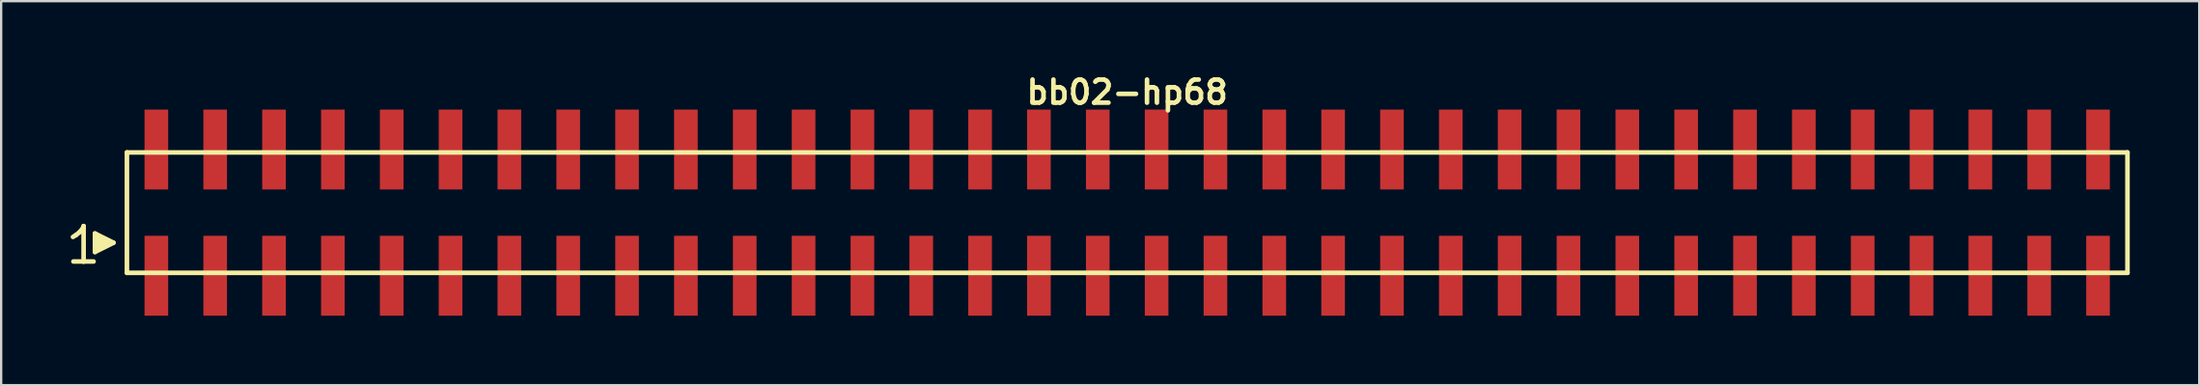
<source format=kicad_pcb>
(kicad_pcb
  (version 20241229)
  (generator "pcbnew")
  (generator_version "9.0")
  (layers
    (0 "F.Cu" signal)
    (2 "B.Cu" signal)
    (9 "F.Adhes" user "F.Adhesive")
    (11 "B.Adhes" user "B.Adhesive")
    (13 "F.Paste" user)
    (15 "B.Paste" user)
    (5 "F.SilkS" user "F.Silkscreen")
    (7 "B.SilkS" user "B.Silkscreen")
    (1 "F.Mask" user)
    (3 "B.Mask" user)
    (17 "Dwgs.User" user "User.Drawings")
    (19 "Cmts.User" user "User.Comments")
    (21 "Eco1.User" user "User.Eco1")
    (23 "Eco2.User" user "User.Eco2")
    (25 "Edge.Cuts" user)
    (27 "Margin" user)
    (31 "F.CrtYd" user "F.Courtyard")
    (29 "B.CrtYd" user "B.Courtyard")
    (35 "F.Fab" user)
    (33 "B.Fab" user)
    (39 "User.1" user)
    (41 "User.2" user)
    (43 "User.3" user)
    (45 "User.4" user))
  (footprint "bb02-hp68"
    (layer "F.Cu")
    (at 45.609 6.132)
    (property "Reference" "bb02-hp68" (at 0 -5.2 0) (layer "F.SilkS") (effects (font (size 0.998 0.998) (thickness 0.198))))
    (attr through_hole)
    (fp_line (start -45.51 1.05) (end -45.38 0.97) (stroke (width 0.198) (type solid)) (layer "F.SilkS"))
    (fp_line (start -45.38 0.97) (end -45.22 0.84) (stroke (width 0.198) (type solid)) (layer "F.SilkS"))
    (fp_line (start -45.22 0.84) (end -45.08 0.67) (stroke (width 0.198) (type solid)) (layer "F.SilkS"))
    (fp_line (start -45.08 0.67) (end -45.05 0.58) (stroke (width 0.198) (type solid)) (layer "F.SilkS"))
    (fp_line (start -45.05 0.58) (end -45.05 2.11) (stroke (width 0.198) (type solid)) (layer "F.SilkS"))
    (fp_line (start -45.05 2.11) (end -45.49 2.11) (stroke (width 0.198) (type solid)) (layer "F.SilkS"))
    (fp_line (start -44.62 2.11) (end -45.06 2.11) (stroke (width 0.198) (type solid)) (layer "F.SilkS"))
    (fp_line (start -44.56 0.9) (end -43.76 1.3) (stroke (width 0.198) (type solid)) (layer "F.SilkS"))
    (fp_line (start -44.56 1.7) (end -44.56 0.9) (stroke (width 0.198) (type solid)) (layer "F.SilkS"))
    (fp_line (start -44.46 1.6) (end -44.46 1) (stroke (width 0.198) (type solid)) (layer "F.SilkS"))
    (fp_line (start -44.36 1.1) (end -44.36 1.5) (stroke (width 0.198) (type solid)) (layer "F.SilkS"))
    (fp_line (start -44.26 1.5) (end -44.26 1.1) (stroke (width 0.198) (type solid)) (layer "F.SilkS"))
    (fp_line (start -44.16 1.2) (end -44.16 1.4) (stroke (width 0.198) (type solid)) (layer "F.SilkS"))
    (fp_line (start -44.06 1.4) (end -44.06 1.2) (stroke (width 0.198) (type solid)) (layer "F.SilkS"))
    (fp_line (start -43.76 1.3) (end -44.56 1.7) (stroke (width 0.198) (type solid)) (layer "F.SilkS"))
    (fp_line (start -43.18 -2.6) (end -43.18 2.6) (stroke (width 0.198) (type solid)) (layer "F.SilkS"))
    (fp_line (start -43.18 -2.6) (end 43.18 -2.6) (stroke (width 0.198) (type solid)) (layer "F.SilkS"))
    (fp_line (start 43.18 2.6) (end -43.18 2.6) (stroke (width 0.198) (type solid)) (layer "F.SilkS"))
    (fp_line (start 43.18 2.6) (end 43.18 -2.6) (stroke (width 0.198) (type solid)) (layer "F.SilkS"))
    (pad "1" smd rect (at -41.91 2.725) (size 1.02 3.45) (layers "F.Cu" "F.Mask" "F.Paste"))
    (pad "2" smd rect (at -41.91 -2.725) (size 1.02 3.45) (layers "F.Cu" "F.Mask" "F.Paste"))
    (pad "3" smd rect (at -39.37 2.725) (size 1.02 3.45) (layers "F.Cu" "F.Mask" "F.Paste"))
    (pad "4" smd rect (at -39.37 -2.725) (size 1.02 3.45) (layers "F.Cu" "F.Mask" "F.Paste"))
    (pad "5" smd rect (at -36.83 2.725) (size 1.02 3.45) (layers "F.Cu" "F.Mask" "F.Paste"))
    (pad "6" smd rect (at -36.83 -2.725) (size 1.02 3.45) (layers "F.Cu" "F.Mask" "F.Paste"))
    (pad "7" smd rect (at -34.29 2.725) (size 1.02 3.45) (layers "F.Cu" "F.Mask" "F.Paste"))
    (pad "8" smd rect (at -34.29 -2.725) (size 1.02 3.45) (layers "F.Cu" "F.Mask" "F.Paste"))
    (pad "9" smd rect (at -31.75 2.725) (size 1.02 3.45) (layers "F.Cu" "F.Mask" "F.Paste"))
    (pad "10" smd rect (at -31.75 -2.725) (size 1.02 3.45) (layers "F.Cu" "F.Mask" "F.Paste"))
    (pad "11" smd rect (at -29.21 2.725) (size 1.02 3.45) (layers "F.Cu" "F.Mask" "F.Paste"))
    (pad "12" smd rect (at -29.21 -2.725) (size 1.02 3.45) (layers "F.Cu" "F.Mask" "F.Paste"))
    (pad "13" smd rect (at -26.67 2.725) (size 1.02 3.45) (layers "F.Cu" "F.Mask" "F.Paste"))
    (pad "14" smd rect (at -26.67 -2.725) (size 1.02 3.45) (layers "F.Cu" "F.Mask" "F.Paste"))
    (pad "15" smd rect (at -24.13 2.725) (size 1.02 3.45) (layers "F.Cu" "F.Mask" "F.Paste"))
    (pad "16" smd rect (at -24.13 -2.725) (size 1.02 3.45) (layers "F.Cu" "F.Mask" "F.Paste"))
    (pad "17" smd rect (at -21.59 2.725) (size 1.02 3.45) (layers "F.Cu" "F.Mask" "F.Paste"))
    (pad "18" smd rect (at -21.59 -2.725) (size 1.02 3.45) (layers "F.Cu" "F.Mask" "F.Paste"))
    (pad "19" smd rect (at -19.05 2.725) (size 1.02 3.45) (layers "F.Cu" "F.Mask" "F.Paste"))
    (pad "20" smd rect (at -19.05 -2.725) (size 1.02 3.45) (layers "F.Cu" "F.Mask" "F.Paste"))
    (pad "21" smd rect (at -16.51 2.725) (size 1.02 3.45) (layers "F.Cu" "F.Mask" "F.Paste"))
    (pad "22" smd rect (at -16.51 -2.725) (size 1.02 3.45) (layers "F.Cu" "F.Mask" "F.Paste"))
    (pad "23" smd rect (at -13.97 2.725) (size 1.02 3.45) (layers "F.Cu" "F.Mask" "F.Paste"))
    (pad "24" smd rect (at -13.97 -2.725) (size 1.02 3.45) (layers "F.Cu" "F.Mask" "F.Paste"))
    (pad "25" smd rect (at -11.43 2.725) (size 1.02 3.45) (layers "F.Cu" "F.Mask" "F.Paste"))
    (pad "26" smd rect (at -11.43 -2.725) (size 1.02 3.45) (layers "F.Cu" "F.Mask" "F.Paste"))
    (pad "27" smd rect (at -8.89 2.725) (size 1.02 3.45) (layers "F.Cu" "F.Mask" "F.Paste"))
    (pad "28" smd rect (at -8.89 -2.725) (size 1.02 3.45) (layers "F.Cu" "F.Mask" "F.Paste"))
    (pad "29" smd rect (at -6.35 2.725) (size 1.02 3.45) (layers "F.Cu" "F.Mask" "F.Paste"))
    (pad "30" smd rect (at -6.35 -2.725) (size 1.02 3.45) (layers "F.Cu" "F.Mask" "F.Paste"))
    (pad "31" smd rect (at -3.81 2.725) (size 1.02 3.45) (layers "F.Cu" "F.Mask" "F.Paste"))
    (pad "32" smd rect (at -3.81 -2.725) (size 1.02 3.45) (layers "F.Cu" "F.Mask" "F.Paste"))
    (pad "33" smd rect (at -1.27 2.725) (size 1.02 3.45) (layers "F.Cu" "F.Mask" "F.Paste"))
    (pad "34" smd rect (at -1.27 -2.725) (size 1.02 3.45) (layers "F.Cu" "F.Mask" "F.Paste"))
    (pad "35" smd rect (at 1.27 2.725) (size 1.02 3.45) (layers "F.Cu" "F.Mask" "F.Paste"))
    (pad "36" smd rect (at 1.27 -2.725) (size 1.02 3.45) (layers "F.Cu" "F.Mask" "F.Paste"))
    (pad "37" smd rect (at 3.81 2.725) (size 1.02 3.45) (layers "F.Cu" "F.Mask" "F.Paste"))
    (pad "38" smd rect (at 3.81 -2.725) (size 1.02 3.45) (layers "F.Cu" "F.Mask" "F.Paste"))
    (pad "39" smd rect (at 6.35 2.725) (size 1.02 3.45) (layers "F.Cu" "F.Mask" "F.Paste"))
    (pad "40" smd rect (at 6.35 -2.725) (size 1.02 3.45) (layers "F.Cu" "F.Mask" "F.Paste"))
    (pad "41" smd rect (at 8.89 2.725) (size 1.02 3.45) (layers "F.Cu" "F.Mask" "F.Paste"))
    (pad "42" smd rect (at 8.89 -2.725) (size 1.02 3.45) (layers "F.Cu" "F.Mask" "F.Paste"))
    (pad "43" smd rect (at 11.43 2.725) (size 1.02 3.45) (layers "F.Cu" "F.Mask" "F.Paste"))
    (pad "44" smd rect (at 11.43 -2.725) (size 1.02 3.45) (layers "F.Cu" "F.Mask" "F.Paste"))
    (pad "45" smd rect (at 13.97 2.725) (size 1.02 3.45) (layers "F.Cu" "F.Mask" "F.Paste"))
    (pad "46" smd rect (at 13.97 -2.725) (size 1.02 3.45) (layers "F.Cu" "F.Mask" "F.Paste"))
    (pad "47" smd rect (at 16.51 2.725) (size 1.02 3.45) (layers "F.Cu" "F.Mask" "F.Paste"))
    (pad "48" smd rect (at 16.51 -2.725) (size 1.02 3.45) (layers "F.Cu" "F.Mask" "F.Paste"))
    (pad "49" smd rect (at 19.05 2.725) (size 1.02 3.45) (layers "F.Cu" "F.Mask" "F.Paste"))
    (pad "50" smd rect (at 19.05 -2.725) (size 1.02 3.45) (layers "F.Cu" "F.Mask" "F.Paste"))
    (pad "51" smd rect (at 21.59 2.725) (size 1.02 3.45) (layers "F.Cu" "F.Mask" "F.Paste"))
    (pad "52" smd rect (at 21.59 -2.725) (size 1.02 3.45) (layers "F.Cu" "F.Mask" "F.Paste"))
    (pad "53" smd rect (at 24.13 2.725) (size 1.02 3.45) (layers "F.Cu" "F.Mask" "F.Paste"))
    (pad "54" smd rect (at 24.13 -2.725) (size 1.02 3.45) (layers "F.Cu" "F.Mask" "F.Paste"))
    (pad "55" smd rect (at 26.67 2.725) (size 1.02 3.45) (layers "F.Cu" "F.Mask" "F.Paste"))
    (pad "56" smd rect (at 26.67 -2.725) (size 1.02 3.45) (layers "F.Cu" "F.Mask" "F.Paste"))
    (pad "57" smd rect (at 29.21 2.725) (size 1.02 3.45) (layers "F.Cu" "F.Mask" "F.Paste"))
    (pad "58" smd rect (at 29.21 -2.725) (size 1.02 3.45) (layers "F.Cu" "F.Mask" "F.Paste"))
    (pad "59" smd rect (at 31.75 2.725) (size 1.02 3.45) (layers "F.Cu" "F.Mask" "F.Paste"))
    (pad "60" smd rect (at 31.75 -2.725) (size 1.02 3.45) (layers "F.Cu" "F.Mask" "F.Paste"))
    (pad "61" smd rect (at 34.29 2.725) (size 1.02 3.45) (layers "F.Cu" "F.Mask" "F.Paste"))
    (pad "62" smd rect (at 34.29 -2.725) (size 1.02 3.45) (layers "F.Cu" "F.Mask" "F.Paste"))
    (pad "63" smd rect (at 36.83 2.725) (size 1.02 3.45) (layers "F.Cu" "F.Mask" "F.Paste"))
    (pad "64" smd rect (at 36.83 -2.725) (size 1.02 3.45) (layers "F.Cu" "F.Mask" "F.Paste"))
    (pad "65" smd rect (at 39.37 2.725) (size 1.02 3.45) (layers "F.Cu" "F.Mask" "F.Paste"))
    (pad "66" smd rect (at 39.37 -2.725) (size 1.02 3.45) (layers "F.Cu" "F.Mask" "F.Paste"))
    (pad "67" smd rect (at 41.91 2.725) (size 1.02 3.45) (layers "F.Cu" "F.Mask" "F.Paste"))
    (pad "68" smd rect (at 41.91 -2.725) (size 1.02 3.45) (layers "F.Cu" "F.Mask" "F.Paste")))
  (gr_rect
    (start -3 -3)
    (end 91.888 13.582)
    (stroke (width 0.1) (type default))
    (fill no)
    (layer "Edge.Cuts")))
</source>
